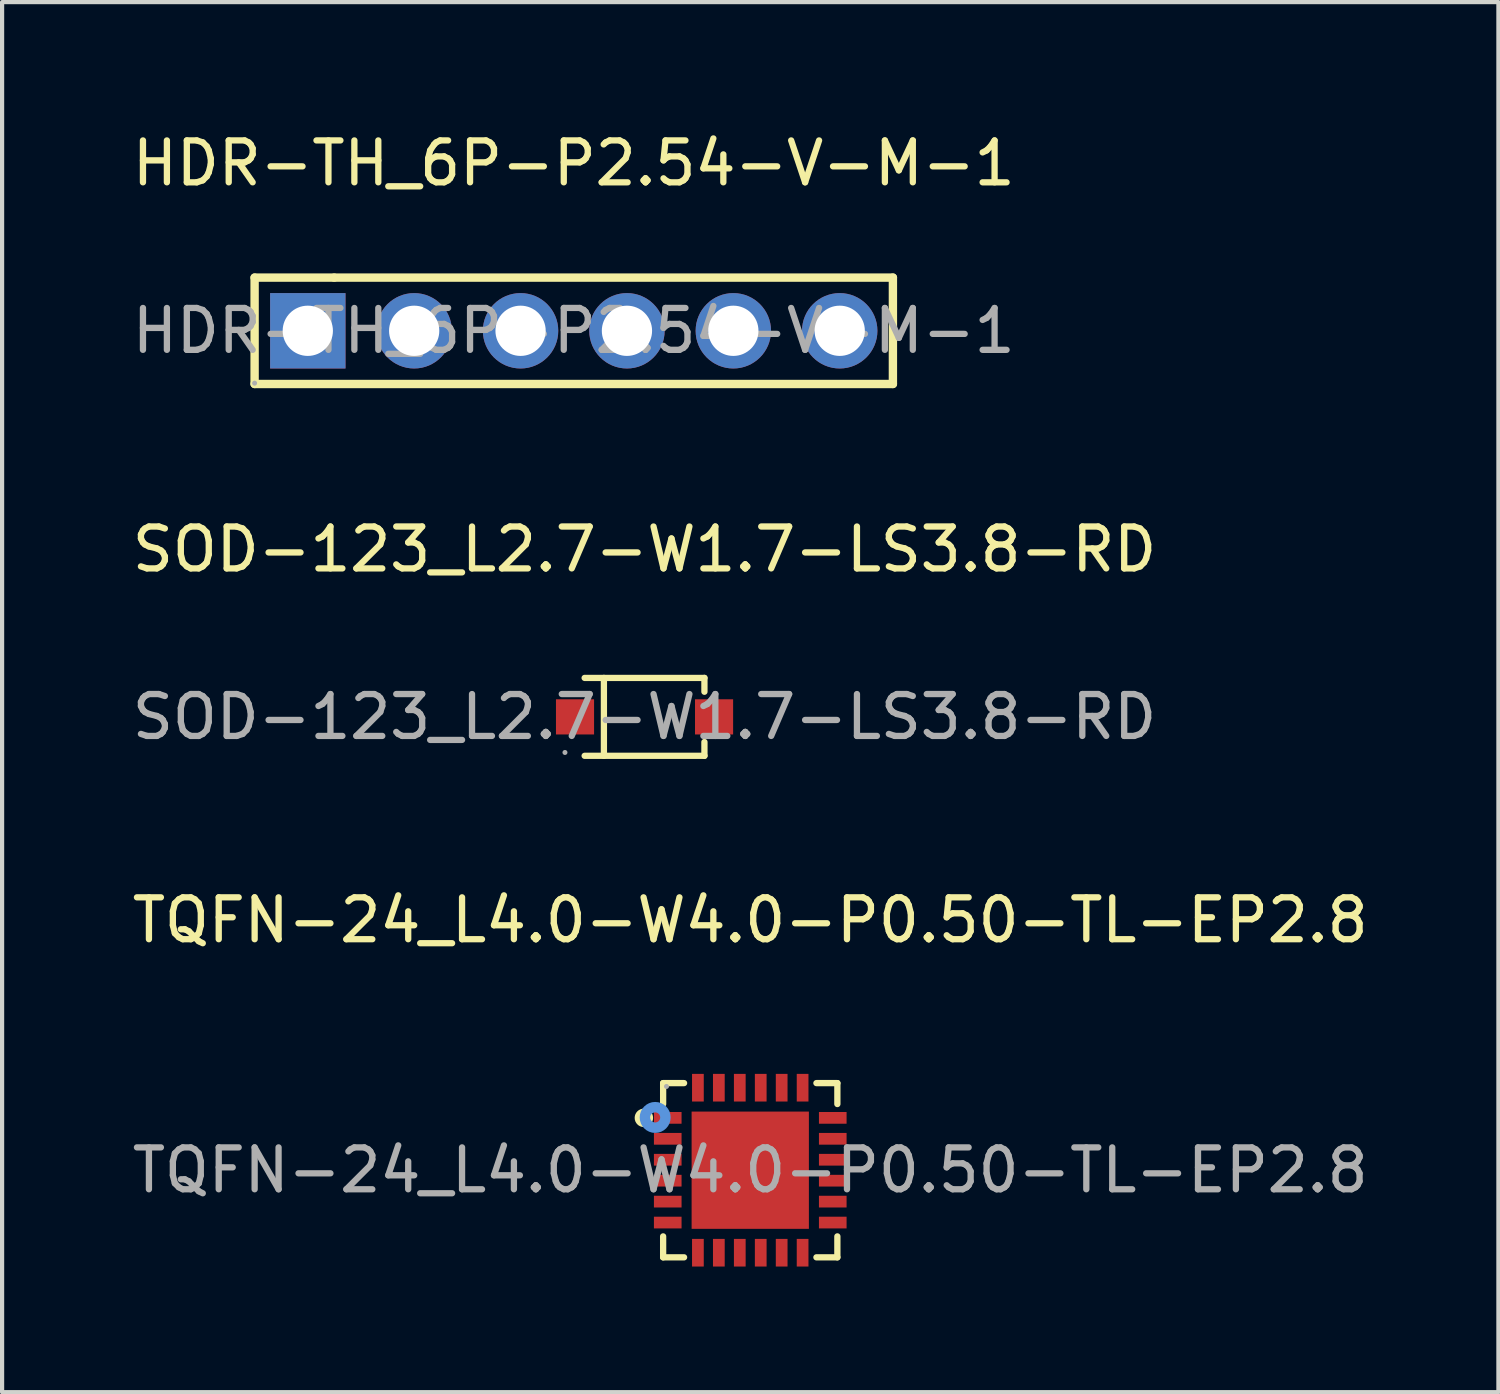
<source format=kicad_pcb>
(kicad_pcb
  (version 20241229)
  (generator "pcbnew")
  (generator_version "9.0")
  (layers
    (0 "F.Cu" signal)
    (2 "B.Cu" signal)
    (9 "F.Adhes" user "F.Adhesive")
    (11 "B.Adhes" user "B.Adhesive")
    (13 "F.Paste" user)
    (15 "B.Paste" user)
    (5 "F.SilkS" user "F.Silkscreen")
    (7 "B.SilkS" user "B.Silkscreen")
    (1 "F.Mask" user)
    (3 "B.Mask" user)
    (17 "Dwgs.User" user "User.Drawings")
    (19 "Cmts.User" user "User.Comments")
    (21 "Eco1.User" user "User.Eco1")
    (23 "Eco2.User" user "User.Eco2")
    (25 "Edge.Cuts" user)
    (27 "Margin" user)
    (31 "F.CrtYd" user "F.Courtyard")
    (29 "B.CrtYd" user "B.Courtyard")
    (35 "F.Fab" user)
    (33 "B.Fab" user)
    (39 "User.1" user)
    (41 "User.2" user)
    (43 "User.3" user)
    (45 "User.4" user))
  (footprint "HDR-TH_6P-P2.54-V-M-1"
    (layer "F.Cu")
    (at 10.649 4.848)
    (property "Reference" "HDR-TH_6P-P2.54-V-M-1" (at 0 -4 0) (layer "F.SilkS") (effects (font (size 1 1) (thickness 0.15))))
    (attr through_hole)
    (fp_line (start -7.62 -1.27) (end -7.62 1.27) (stroke (width 0.2) (type solid)) (layer "F.SilkS"))
    (fp_line (start -7.62 1.27) (end 7.62 1.27) (stroke (width 0.2) (type solid)) (layer "F.SilkS"))
    (fp_line (start -5.72 -1.27) (end -7.62 -1.27) (stroke (width 0.2) (type solid)) (layer "F.SilkS"))
    (fp_line (start 7.62 -1.27) (end -5.72 -1.27) (stroke (width 0.2) (type solid)) (layer "F.SilkS"))
    (fp_line (start 7.62 1.27) (end 7.62 -1.27) (stroke (width 0.2) (type solid)) (layer "F.SilkS"))
    (fp_circle (center -7.62 1.25) (end -7.59 1.25) (stroke (width 0.06) (type solid)) (fill no) (layer "F.Fab"))
    (fp_text user "${REFERENCE}" (at 0 0 0) (layer "F.Fab") (effects (font (size 1 1) (thickness 0.15))))
    (pad "1" thru_hole rect (at -6.35 0) (size 1.8 1.8) (drill 1.2) (layers "*.Cu" "*.Mask"))
    (pad "2" thru_hole circle (at -3.81 0) (size 1.8 1.8) (drill 1.2) (layers "*.Cu" "*.Mask"))
    (pad "3" thru_hole circle (at -1.27 0) (size 1.8 1.8) (drill 1.2) (layers "*.Cu" "*.Mask"))
    (pad "4" thru_hole circle (at 1.27 0) (size 1.8 1.8) (drill 1.2) (layers "*.Cu" "*.Mask"))
    (pad "5" thru_hole circle (at 3.81 0) (size 1.8 1.8) (drill 1.2) (layers "*.Cu" "*.Mask"))
    (pad "6" thru_hole circle (at 6.35 0) (size 1.8 1.8) (drill 1.2) (layers "*.Cu" "*.Mask")))
  (footprint "TQFN-24_L4.0-W4.0-P0.50-TL-EP2.8"
    (layer "F.Cu")
    (at 14.863 24.89)
    (property "Reference" "TQFN-24_L4.0-W4.0-P0.50-TL-EP2.8" (at 0 -5.97 0) (layer "F.SilkS") (effects (font (size 1 1) (thickness 0.15))))
    (attr through_hole)
    (fp_line (start -2.08 -2.08) (end -2.08 -1.58) (stroke (width 0.15) (type solid)) (layer "F.SilkS"))
    (fp_line (start -2.08 2.08) (end -2.08 1.58) (stroke (width 0.15) (type solid)) (layer "F.SilkS"))
    (fp_line (start -1.58 -2.08) (end -2.08 -2.08) (stroke (width 0.15) (type solid)) (layer "F.SilkS"))
    (fp_line (start -1.58 2.08) (end -2.08 2.08) (stroke (width 0.15) (type solid)) (layer "F.SilkS"))
    (fp_line (start 1.58 -2.08) (end 2.08 -2.08) (stroke (width 0.15) (type solid)) (layer "F.SilkS"))
    (fp_line (start 1.58 2.08) (end 2.08 2.08) (stroke (width 0.15) (type solid)) (layer "F.SilkS"))
    (fp_line (start 2.08 -2.08) (end 2.08 -1.58) (stroke (width 0.15) (type solid)) (layer "F.SilkS"))
    (fp_line (start 2.08 2.08) (end 2.08 1.58) (stroke (width 0.15) (type solid)) (layer "F.SilkS"))
    (fp_circle (center -2.54 -1.25) (end -2.47 -1.25) (stroke (width 0.15) (type solid)) (fill no) (layer "F.SilkS"))
    (fp_circle (center -2.27 -1.26) (end -2.15 -1.26) (stroke (width 0.25) (type solid)) (fill no) (layer "Cmts.User"))
    (fp_circle (center -2 -2) (end -1.97 -2) (stroke (width 0.06) (type solid)) (fill no) (layer "F.Fab"))
    (fp_text user "${REFERENCE}" (at 0 0 0) (layer "F.Fab") (effects (font (size 1 1) (thickness 0.15))))
    (pad "1" smd rect (at -1.97 -1.25) (size 0.66 0.28) (layers "F.Cu" "F.Mask" "F.Paste"))
    (pad "2" smd rect (at -1.97 -0.75) (size 0.66 0.28) (layers "F.Cu" "F.Mask" "F.Paste"))
    (pad "3" smd rect (at -1.97 -0.25) (size 0.66 0.28) (layers "F.Cu" "F.Mask" "F.Paste"))
    (pad "4" smd rect (at -1.97 0.25) (size 0.66 0.28) (layers "F.Cu" "F.Mask" "F.Paste"))
    (pad "5" smd rect (at -1.97 0.75) (size 0.66 0.28) (layers "F.Cu" "F.Mask" "F.Paste"))
    (pad "6" smd rect (at -1.97 1.25) (size 0.66 0.28) (layers "F.Cu" "F.Mask" "F.Paste"))
    (pad "7" smd rect (at -1.25 1.97) (size 0.28 0.66) (layers "F.Cu" "F.Mask" "F.Paste"))
    (pad "8" smd rect (at -0.75 1.97) (size 0.28 0.66) (layers "F.Cu" "F.Mask" "F.Paste"))
    (pad "9" smd rect (at -0.25 1.97) (size 0.28 0.66) (layers "F.Cu" "F.Mask" "F.Paste"))
    (pad "10" smd rect (at 0.25 1.97) (size 0.28 0.66) (layers "F.Cu" "F.Mask" "F.Paste"))
    (pad "11" smd rect (at 0.75 1.97) (size 0.28 0.66) (layers "F.Cu" "F.Mask" "F.Paste"))
    (pad "12" smd rect (at 1.25 1.97) (size 0.28 0.66) (layers "F.Cu" "F.Mask" "F.Paste"))
    (pad "13" smd rect (at 1.97 1.25) (size 0.66 0.28) (layers "F.Cu" "F.Mask" "F.Paste"))
    (pad "14" smd rect (at 1.97 0.75) (size 0.66 0.28) (layers "F.Cu" "F.Mask" "F.Paste"))
    (pad "15" smd rect (at 1.97 0.25) (size 0.66 0.28) (layers "F.Cu" "F.Mask" "F.Paste"))
    (pad "16" smd rect (at 1.97 -0.25) (size 0.66 0.28) (layers "F.Cu" "F.Mask" "F.Paste"))
    (pad "17" smd rect (at 1.97 -0.75) (size 0.66 0.28) (layers "F.Cu" "F.Mask" "F.Paste"))
    (pad "18" smd rect (at 1.97 -1.25) (size 0.66 0.28) (layers "F.Cu" "F.Mask" "F.Paste"))
    (pad "19" smd rect (at 1.25 -1.97) (size 0.28 0.66) (layers "F.Cu" "F.Mask" "F.Paste"))
    (pad "20" smd rect (at 0.75 -1.97) (size 0.28 0.66) (layers "F.Cu" "F.Mask" "F.Paste"))
    (pad "21" smd rect (at 0.25 -1.97) (size 0.28 0.66) (layers "F.Cu" "F.Mask" "F.Paste"))
    (pad "22" smd rect (at -0.25 -1.97) (size 0.28 0.66) (layers "F.Cu" "F.Mask" "F.Paste"))
    (pad "23" smd rect (at -0.75 -1.97) (size 0.28 0.66) (layers "F.Cu" "F.Mask" "F.Paste"))
    (pad "24" smd rect (at -1.25 -1.97) (size 0.28 0.66) (layers "F.Cu" "F.Mask" "F.Paste"))
    (pad "25" smd rect (at 0 0) (size 2.8 2.8) (layers "F.Cu" "F.Mask" "F.Paste")))
  (footprint "SOD-123_L2.7-W1.7-LS3.8-RD"
    (layer "F.Cu")
    (at 12.339 14.066)
    (property "Reference" "SOD-123_L2.7-W1.7-LS3.8-RD" (at 0 -4 0) (layer "F.SilkS") (effects (font (size 1 1) (thickness 0.15))))
    (attr smd)
    (fp_line (start -1.43 -0.93) (end 1.43 -0.93) (stroke (width 0.15) (type solid)) (layer "F.SilkS"))
    (fp_line (start -1.43 0.93) (end 1.43 0.93) (stroke (width 0.15) (type solid)) (layer "F.SilkS"))
    (fp_line (start -0.97 0.93) (end -0.97 -0.93) (stroke (width 0.15) (type solid)) (layer "F.SilkS"))
    (fp_line (start 1.43 -0.93) (end 1.43 -0.6) (stroke (width 0.15) (type solid)) (layer "F.SilkS"))
    (fp_line (start 1.43 0.6) (end 1.43 0.93) (stroke (width 0.15) (type solid)) (layer "F.SilkS"))
    (fp_circle (center -1.9 0.85) (end -1.87 0.85) (stroke (width 0.06) (type solid)) (fill no) (layer "F.Fab"))
    (fp_text user "${REFERENCE}" (at 0 0 0) (layer "F.Fab") (effects (font (size 1 1) (thickness 0.15))))
    (pad "1" smd rect (at -1.66 0) (size 0.91 0.84) (layers "F.Cu" "F.Mask" "F.Paste"))
    (pad "2" smd rect (at 1.66 0) (size 0.91 0.84) (layers "F.Cu" "F.Mask" "F.Paste")))
  (gr_rect
    (start -3 -3)
    (end 32.726 30.19)
    (stroke (width 0.1) (type default))
    (fill no)
    (layer "Edge.Cuts")))
</source>
